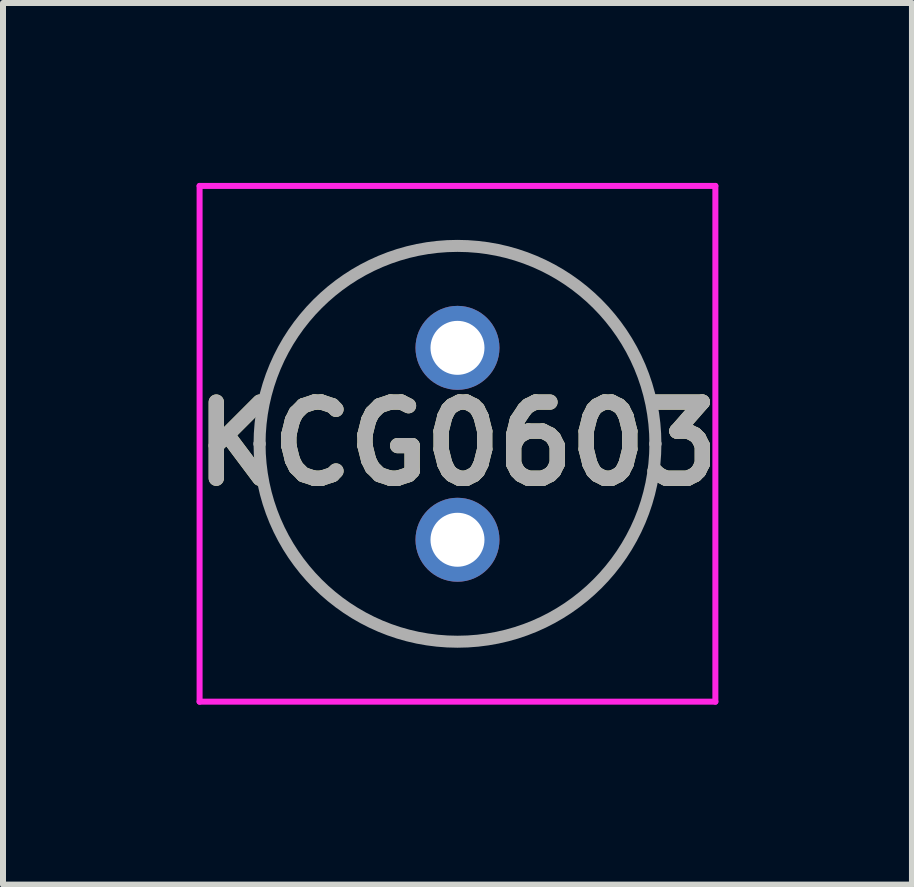
<source format=kicad_pcb>
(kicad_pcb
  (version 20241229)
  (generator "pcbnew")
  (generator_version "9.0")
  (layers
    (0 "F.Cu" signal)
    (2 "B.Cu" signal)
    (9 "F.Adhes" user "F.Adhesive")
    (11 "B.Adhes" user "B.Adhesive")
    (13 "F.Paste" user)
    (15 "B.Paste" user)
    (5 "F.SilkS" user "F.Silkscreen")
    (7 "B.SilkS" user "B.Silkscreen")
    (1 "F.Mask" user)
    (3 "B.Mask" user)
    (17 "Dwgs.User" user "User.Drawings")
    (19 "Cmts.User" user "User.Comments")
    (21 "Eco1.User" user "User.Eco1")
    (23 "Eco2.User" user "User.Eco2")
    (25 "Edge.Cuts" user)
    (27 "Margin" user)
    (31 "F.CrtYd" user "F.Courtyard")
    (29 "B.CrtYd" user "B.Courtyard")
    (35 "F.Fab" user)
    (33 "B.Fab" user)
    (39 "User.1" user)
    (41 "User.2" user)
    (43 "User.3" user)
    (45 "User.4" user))
  (footprint "KCG0603"
    (layer "F.Cu")
    (at 4.578 2.75)
    (property "Reference" "KCG0603" (at 0 1.6 0) (layer "F.SilkS") (effects (font (size 1.27 1.27) (thickness 0.254))))
    (attr through_hole)
    (fp_line (start -3.3 1.6) (end -3.3 1.6) (stroke (width 0.1) (type solid)) (layer "F.SilkS"))
    (fp_line (start 3.3 1.6) (end 3.3 1.6) (stroke (width 0.1) (type solid)) (layer "F.SilkS"))
    (fp_arc (start -3.3 1.6) (mid 0 -1.7) (end 3.3 1.6) (stroke (width 0.1) (type solid)) (layer "F.SilkS"))
    (fp_arc (start 3.3 1.6) (mid 0 4.9) (end -3.3 1.6) (stroke (width 0.1) (type solid)) (layer "F.SilkS"))
    (fp_line (start -4.3 -2.7) (end 4.3 -2.7) (stroke (width 0.1) (type solid)) (layer "F.CrtYd"))
    (fp_line (start -4.3 5.9) (end -4.3 -2.7) (stroke (width 0.1) (type solid)) (layer "F.CrtYd"))
    (fp_line (start 4.3 -2.7) (end 4.3 5.9) (stroke (width 0.1) (type solid)) (layer "F.CrtYd"))
    (fp_line (start 4.3 5.9) (end -4.3 5.9) (stroke (width 0.1) (type solid)) (layer "F.CrtYd"))
    (fp_line (start -3.3 1.6) (end -3.3 1.6) (stroke (width 0.2) (type solid)) (layer "F.Fab"))
    (fp_line (start 3.3 1.6) (end 3.3 1.6) (stroke (width 0.2) (type solid)) (layer "F.Fab"))
    (fp_arc (start -3.3 1.6) (mid 0 -1.7) (end 3.3 1.6) (stroke (width 0.2) (type solid)) (layer "F.Fab"))
    (fp_arc (start 3.3 1.6) (mid 0 4.9) (end -3.3 1.6) (stroke (width 0.2) (type solid)) (layer "F.Fab"))
    (fp_text user "${REFERENCE}" (at 0 1.6 0) (layer "F.Fab") (effects (font (size 1.27 1.27) (thickness 0.254))))
    (pad "1" thru_hole circle (at 0 0) (size 1.4 1.4) (drill 0.9) (layers "*.Cu" "*.Mask"))
    (pad "2" thru_hole circle (at 0 3.2) (size 1.4 1.4) (drill 0.9) (layers "*.Cu" "*.Mask")))
  (gr_rect
    (start -3 -3)
    (end 12.156 11.7)
    (stroke (width 0.1) (type default))
    (fill no)
    (layer "Edge.Cuts")))
</source>
